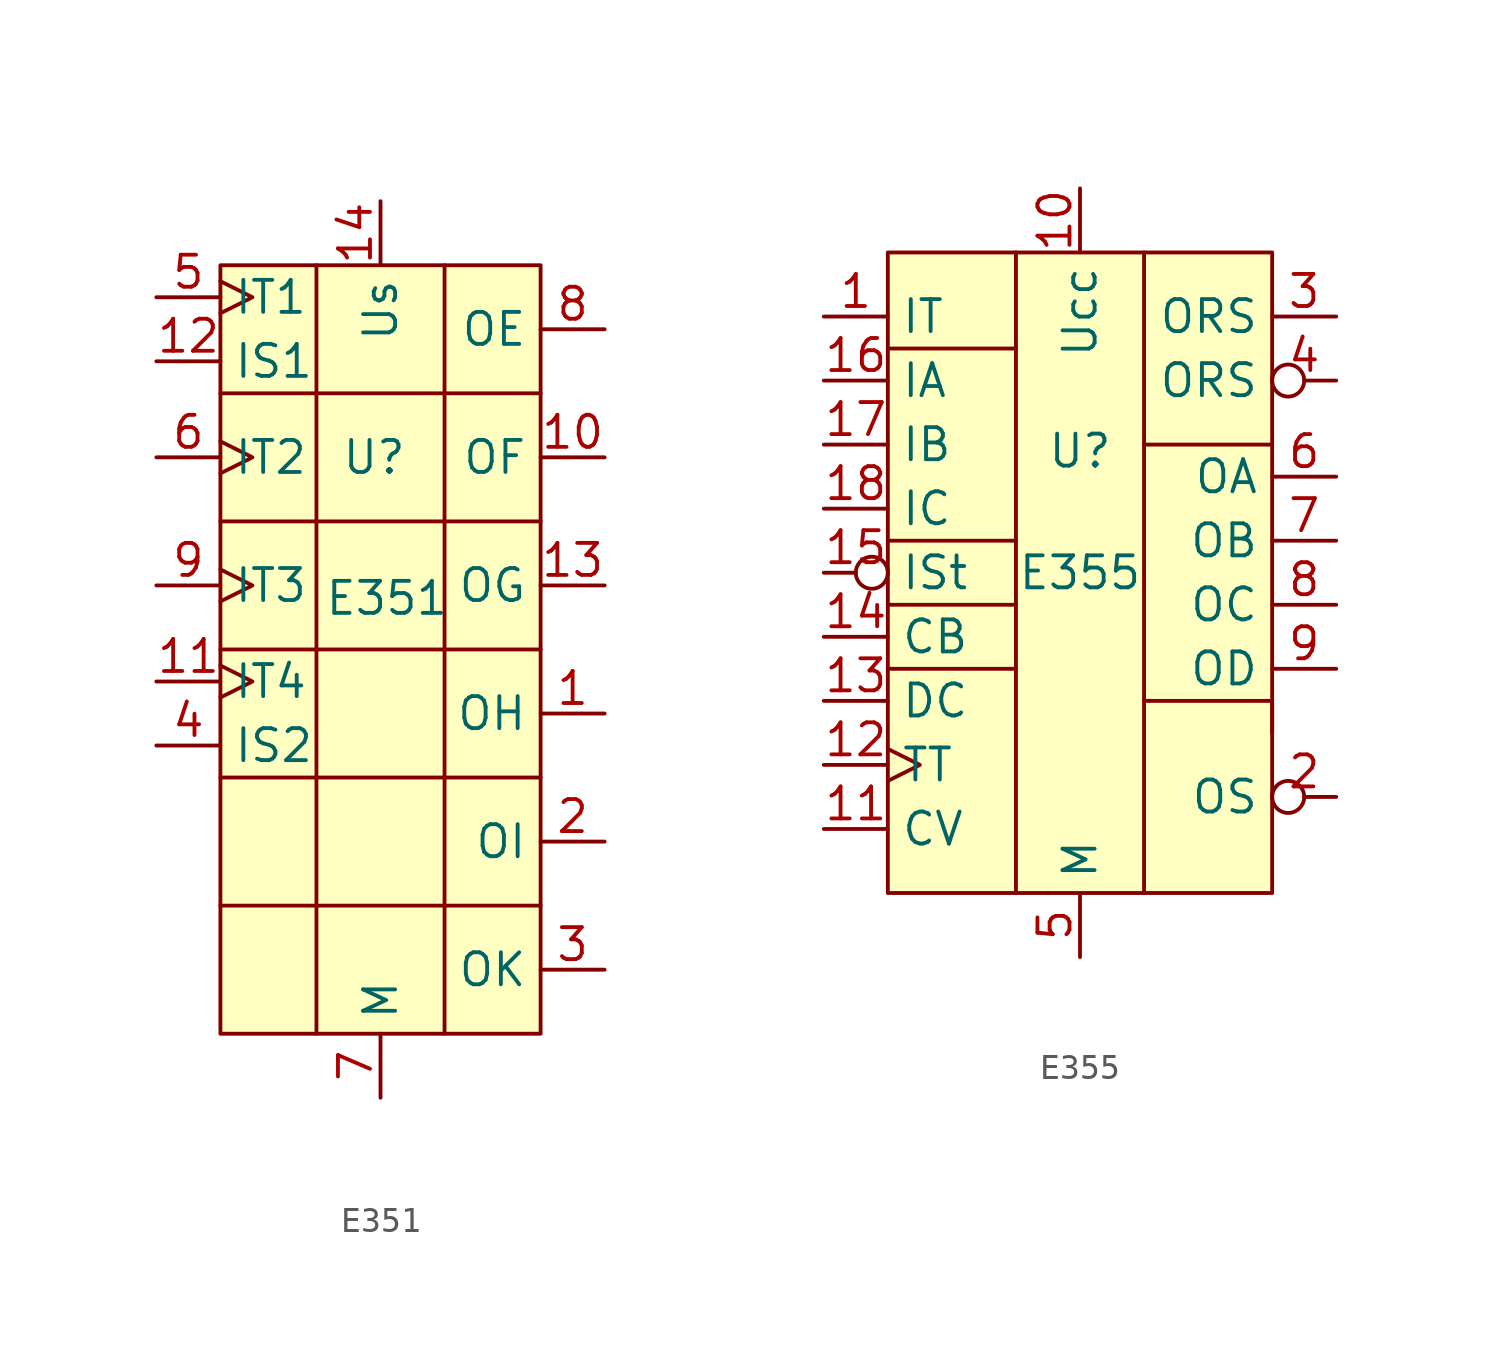
<source format=kicad_sym>
(kicad_symbol_lib
  (version 20231120)
  (generator "kicad_symbol_editor")
  (generator_version "8.0")
  (symbol "E351"
    (property "Reference" "U"
      (at -0.254 7.62 0)
      (effects (font (size 1.27 1.27))))
    (property "Value" "E351"
      (at 0.254 2.032 0)
      (effects (font (size 1.27 1.27))))
    (symbol "E351_0_1"
      (polyline (pts (xy -6.35 -10.16) (xy 6.35 -10.16)) (stroke (width 0) (type default)) (fill (type none)))
      (polyline (pts (xy -6.35 -5.08) (xy 6.35 -5.08)) (stroke (width 0) (type default)) (fill (type none)))
      (polyline (pts (xy -6.35 0) (xy 6.35 0)) (stroke (width 0) (type default)) (fill (type none)))
      (polyline (pts (xy -6.35 5.08) (xy 6.35 5.08)) (stroke (width 0) (type default)) (fill (type none)))
      (polyline (pts (xy -6.35 10.16) (xy 6.35 10.16)) (stroke (width 0) (type default)) (fill (type none)))
      (polyline (pts (xy -2.54 15.24) (xy -2.54 -15.24)) (stroke (width 0) (type default)) (fill (type none)))
      (polyline (pts (xy 2.54 15.24) (xy 2.54 -15.24)) (stroke (width 0) (type default)) (fill (type none))))
    (symbol "E351_1_0"
      (pin output line (at 8.89 -2.54 180) (length 2.54) (name "OH" (effects (font (size 1.27 1.27)))) (number "1" (effects (font (size 1.27 1.27)))))
      (pin output line (at 8.89 7.62 180) (length 2.54) (name "OF" (effects (font (size 1.27 1.27)))) (number "10" (effects (font (size 1.27 1.27)))))
      (pin input clock (at -8.89 -1.27 0) (length 2.54) (name "IT4" (effects (font (size 1.27 1.27)))) (number "11" (effects (font (size 1.27 1.27)))))
      (pin input line (at -8.89 11.43 0) (length 2.54) (name "IS1" (effects (font (size 1.27 1.27)))) (number "12" (effects (font (size 1.27 1.27)))))
      (pin output line (at 8.89 2.54 180) (length 2.54) (name "OG" (effects (font (size 1.27 1.27)))) (number "13" (effects (font (size 1.27 1.27)))))
      (pin power_in line (at 0 17.78 270) (length 2.54) (name "Us" (effects (font (size 1.27 1.27)))) (number "14" (effects (font (size 1.27 1.27)))))
      (pin output line (at 8.89 -7.62 180) (length 2.54) (name "OI" (effects (font (size 1.27 1.27)))) (number "2" (effects (font (size 1.27 1.27)))))
      (pin output line (at 8.89 -12.7 180) (length 2.54) (name "OK" (effects (font (size 1.27 1.27)))) (number "3" (effects (font (size 1.27 1.27)))))
      (pin input line (at -8.89 -3.81 0) (length 2.54) (name "IS2" (effects (font (size 1.27 1.27)))) (number "4" (effects (font (size 1.27 1.27)))))
      (pin input clock (at -8.89 13.97 0) (length 2.54) (name "IT1" (effects (font (size 1.27 1.27)))) (number "5" (effects (font (size 1.27 1.27)))))
      (pin input clock (at -8.89 7.62 0) (length 2.54) (name "IT2" (effects (font (size 1.27 1.27)))) (number "6" (effects (font (size 1.27 1.27)))))
      (pin power_in line (at 0 -17.78 90) (length 2.54) (name "M" (effects (font (size 1.27 1.27)))) (number "7" (effects (font (size 1.27 1.27)))))
      (pin output line (at 8.89 12.7 180) (length 2.54) (name "OE" (effects (font (size 1.27 1.27)))) (number "8" (effects (font (size 1.27 1.27)))))
      (pin input clock (at -8.89 2.54 0) (length 2.54) (name "IT3" (effects (font (size 1.27 1.27)))) (number "9" (effects (font (size 1.27 1.27))))))
    (symbol "E351_1_1"
      (rectangle (start -6.35 15.24) (end 6.35 -15.24) (stroke (width 0) (type default)) (fill (type background)))))
  (symbol "E355"
    (property "Reference" "U"
      (at 0 4.826 0)
      (effects (font (size 1.27 1.27))))
    (property "Value" "E355"
      (at 0 0 0)
      (effects (font (size 1.27 1.27))))
    (symbol "E355_0_0"
      (pin input line (at -10.16 10.16 0) (length 2.54) (name "IT" (effects (font (size 1.27 1.27)))) (number "1" (effects (font (size 1.27 1.27)))))
      (pin power_in line (at 0 15.24 270) (length 2.54) (name "Ucc" (effects (font (size 1.27 1.27)))) (number "10" (effects (font (size 1.27 1.27)))))
      (pin input line (at -10.16 -10.16 0) (length 2.54) (name "CV" (effects (font (size 1.27 1.27)))) (number "11" (effects (font (size 1.27 1.27)))))
      (pin input line (at -10.16 -5.08 0) (length 2.54) (name "DC" (effects (font (size 1.27 1.27)))) (number "13" (effects (font (size 1.27 1.27)))))
      (pin input line (at -10.16 -2.54 0) (length 2.54) (name "CB" (effects (font (size 1.27 1.27)))) (number "14" (effects (font (size 1.27 1.27)))))
      (pin input line (at -10.16 7.62 0) (length 2.54) (name "IA" (effects (font (size 1.27 1.27)))) (number "16" (effects (font (size 1.27 1.27)))))
      (pin input line (at -10.16 5.08 0) (length 2.54) (name "IB" (effects (font (size 1.27 1.27)))) (number "17" (effects (font (size 1.27 1.27)))))
      (pin input line (at -10.16 2.54 0) (length 2.54) (name "IC" (effects (font (size 1.27 1.27)))) (number "18" (effects (font (size 1.27 1.27)))))
      (pin output line (at 10.16 10.16 180) (length 2.54) (name "ORS" (effects (font (size 1.27 1.27)))) (number "3" (effects (font (size 1.27 1.27)))))
      (pin output inverted (at 10.16 7.62 180) (length 2.54) (name "ORS" (effects (font (size 1.27 1.27)))) (number "4" (effects (font (size 1.27 1.27)))))
      (pin power_in line (at 0 -15.24 90) (length 2.54) (name "M" (effects (font (size 1.27 1.27)))) (number "5" (effects (font (size 1.27 1.27)))))
      (pin output line (at 10.16 3.81 180) (length 2.54) (name "OA" (effects (font (size 1.27 1.27)))) (number "6" (effects (font (size 1.27 1.27)))))
      (pin output line (at 10.16 1.27 180) (length 2.54) (name "OB" (effects (font (size 1.27 1.27)))) (number "7" (effects (font (size 1.27 1.27)))))
      (pin output line (at 10.16 -1.27 180) (length 2.54) (name "OC" (effects (font (size 1.27 1.27)))) (number "8" (effects (font (size 1.27 1.27)))))
      (pin output line (at 10.16 -3.81 180) (length 2.54) (name "OD" (effects (font (size 1.27 1.27)))) (number "9" (effects (font (size 1.27 1.27))))))
    (symbol "E355_0_1"
      (polyline (pts (xy -7.62 -3.81) (xy -2.54 -3.81)) (stroke (width 0) (type default)) (fill (type none)))
      (polyline (pts (xy -7.62 -1.27) (xy -2.54 -1.27)) (stroke (width 0) (type default)) (fill (type none)))
      (polyline (pts (xy -7.62 1.27) (xy -2.54 1.27)) (stroke (width 0) (type default)) (fill (type none)))
      (polyline (pts (xy -7.62 8.89) (xy -2.54 8.89)) (stroke (width 0) (type default)) (fill (type none)))
      (polyline (pts (xy -2.54 12.7) (xy -2.54 -12.7)) (stroke (width 0) (type default)) (fill (type none)))
      (polyline (pts (xy -1.27 -12.7) (xy -1.27 -12.7)) (stroke (width 0) (type default)) (fill (type none)))
      (polyline (pts (xy -1.27 -12.7) (xy -1.27 -12.7)) (stroke (width 0) (type default)) (fill (type none)))
      (polyline (pts (xy 2.54 5.08) (xy 7.62 5.08)) (stroke (width 0) (type default)) (fill (type none)))
      (polyline (pts (xy 2.54 12.7) (xy 2.54 -12.7)) (stroke (width 0) (type default)) (fill (type none)))
      (polyline (pts (xy 2.54 -5.08) (xy 7.62 -5.08) (xy 7.62 -6.35)) (stroke (width 0) (type default)) (fill (type none))))
    (symbol "E355_1_0"
      (pin input clock (at -10.16 -7.62 0) (length 2.54) (name "TT" (effects (font (size 1.27 1.27)))) (number "12" (effects (font (size 1.27 1.27)))))
      (pin input inverted (at -10.16 0 0) (length 2.54) (name "ISt" (effects (font (size 1.27 1.27)))) (number "15" (effects (font (size 1.27 1.27)))))
      (pin output inverted (at 10.16 -8.89 180) (length 2.54) (name "OS" (effects (font (size 1.27 1.27)))) (number "2" (effects (font (size 1.27 1.27))))))
    (symbol "E355_1_1"
      (rectangle (start -7.62 12.7) (end 7.62 -12.7) (stroke (width 0) (type default)) (fill (type background))))))
</source>
